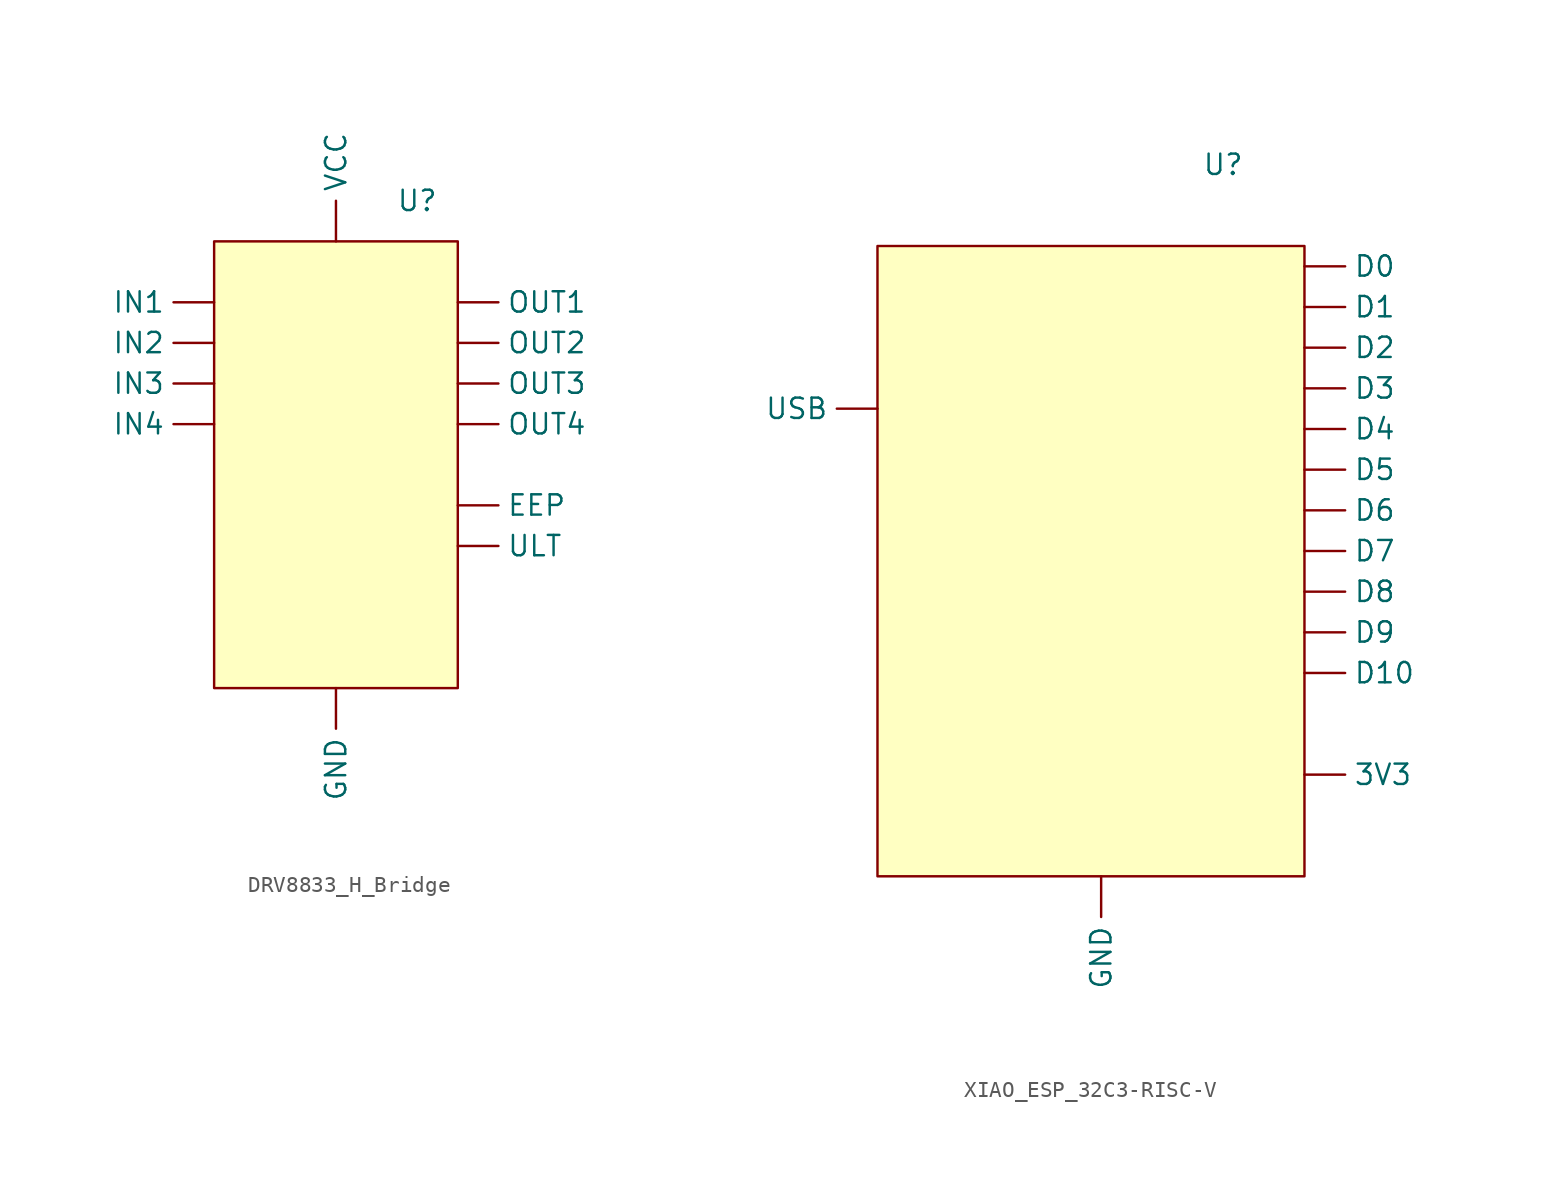
<source format=kicad_sym>
(kicad_symbol_lib
  (version 20220914)
  (generator kicad_symbol_editor)
  (symbol "DRV8833_H_Bridge"
    (property "Reference" "U"
      (at 0 5.08 0)
      (effects (font (size 1.27 1.27))))
    (property "Value" ""
      (at 0 0 0)
      (effects (font (size 1.27 1.27))))
    (symbol "DRV8833_H_Bridge_1_1"
      (rectangle (start -12.7 2.54) (end 2.54 -25.4) (stroke (width 0) (type default)) (fill (type background)))
      (pin output line (at 2.54 -13.97 0) (length 2.54) (name "EEP" (effects (font (size 1.27 1.27)))) (number "" (effects (font (size 1.27 1.27)))))
      (pin power_out line (at -5.08 -25.4 270) (length 2.54) (name "GND" (effects (font (size 1.27 1.27)))) (number "" (effects (font (size 1.27 1.27)))))
      (pin input line (at -12.7 -1.27 180) (length 2.54) (name "IN1" (effects (font (size 1.27 1.27)))) (number "" (effects (font (size 1.27 1.27)))))
      (pin input line (at -12.7 -3.81 180) (length 2.54) (name "IN2" (effects (font (size 1.27 1.27)))) (number "" (effects (font (size 1.27 1.27)))))
      (pin input line (at -12.7 -6.35 180) (length 2.54) (name "IN3" (effects (font (size 1.27 1.27)))) (number "" (effects (font (size 1.27 1.27)))))
      (pin input line (at -12.7 -8.89 180) (length 2.54) (name "IN4" (effects (font (size 1.27 1.27)))) (number "" (effects (font (size 1.27 1.27)))))
      (pin output line (at 2.54 -1.27 0) (length 2.54) (name "OUT1" (effects (font (size 1.27 1.27)))) (number "" (effects (font (size 1.27 1.27)))))
      (pin output line (at 2.54 -3.81 0) (length 2.54) (name "OUT2" (effects (font (size 1.27 1.27)))) (number "" (effects (font (size 1.27 1.27)))))
      (pin output line (at 2.54 -6.35 0) (length 2.54) (name "OUT3" (effects (font (size 1.27 1.27)))) (number "" (effects (font (size 1.27 1.27)))))
      (pin output line (at 2.54 -8.89 0) (length 2.54) (name "OUT4" (effects (font (size 1.27 1.27)))) (number "" (effects (font (size 1.27 1.27)))))
      (pin output line (at 2.54 -16.51 0) (length 2.54) (name "ULT" (effects (font (size 1.27 1.27)))) (number "" (effects (font (size 1.27 1.27)))))
      (pin power_in line (at -5.08 2.54 90) (length 2.54) (name "VCC" (effects (font (size 1.27 1.27)))) (number "" (effects (font (size 1.27 1.27)))))))
  (symbol "XIAO_ESP_32C3-RISC-V"
    (property "Reference" "U"
      (at 0 5.08 0)
      (effects (font (size 1.27 1.27))))
    (property "Value" ""
      (at 0 0 0)
      (effects (font (size 1.27 1.27))))
    (symbol "XIAO_ESP_32C3-RISC-V_1_1"
      (rectangle (start -21.59 0) (end 5.08 -39.37) (stroke (width 0) (type default)) (fill (type background)))
      (pin output line (at 5.08 -33.02 0) (length 2.54) (name "3V3" (effects (font (size 1.27 1.27)))) (number "" (effects (font (size 1.27 1.27)))))
      (pin bidirectional line (at 5.08 -1.27 0) (length 2.54) (name "D0" (effects (font (size 1.27 1.27)))) (number "" (effects (font (size 1.27 1.27)))))
      (pin bidirectional line (at 5.08 -3.81 0) (length 2.54) (name "D1" (effects (font (size 1.27 1.27)))) (number "" (effects (font (size 1.27 1.27)))))
      (pin bidirectional line (at 5.08 -26.67 0) (length 2.54) (name "D10" (effects (font (size 1.27 1.27)))) (number "" (effects (font (size 1.27 1.27)))))
      (pin bidirectional line (at 5.08 -6.35 0) (length 2.54) (name "D2" (effects (font (size 1.27 1.27)))) (number "" (effects (font (size 1.27 1.27)))))
      (pin bidirectional line (at 5.08 -8.89 0) (length 2.54) (name "D3" (effects (font (size 1.27 1.27)))) (number "" (effects (font (size 1.27 1.27)))))
      (pin bidirectional line (at 5.08 -11.43 0) (length 2.54) (name "D4" (effects (font (size 1.27 1.27)))) (number "" (effects (font (size 1.27 1.27)))))
      (pin bidirectional line (at 5.08 -13.97 0) (length 2.54) (name "D5" (effects (font (size 1.27 1.27)))) (number "" (effects (font (size 1.27 1.27)))))
      (pin bidirectional line (at 5.08 -16.51 0) (length 2.54) (name "D6" (effects (font (size 1.27 1.27)))) (number "" (effects (font (size 1.27 1.27)))))
      (pin bidirectional line (at 5.08 -19.05 0) (length 2.54) (name "D7" (effects (font (size 1.27 1.27)))) (number "" (effects (font (size 1.27 1.27)))))
      (pin bidirectional line (at 5.08 -21.59 0) (length 2.54) (name "D8" (effects (font (size 1.27 1.27)))) (number "" (effects (font (size 1.27 1.27)))))
      (pin bidirectional line (at 5.08 -24.13 0) (length 2.54) (name "D9" (effects (font (size 1.27 1.27)))) (number "" (effects (font (size 1.27 1.27)))))
      (pin power_out line (at -7.62 -39.37 270) (length 2.54) (name "GND" (effects (font (size 1.27 1.27)))) (number "" (effects (font (size 1.27 1.27)))))
      (pin input line (at -21.59 -10.16 180) (length 2.54) (name "USB" (effects (font (size 1.27 1.27)))) (number "" (effects (font (size 1.27 1.27))))))))
</source>
